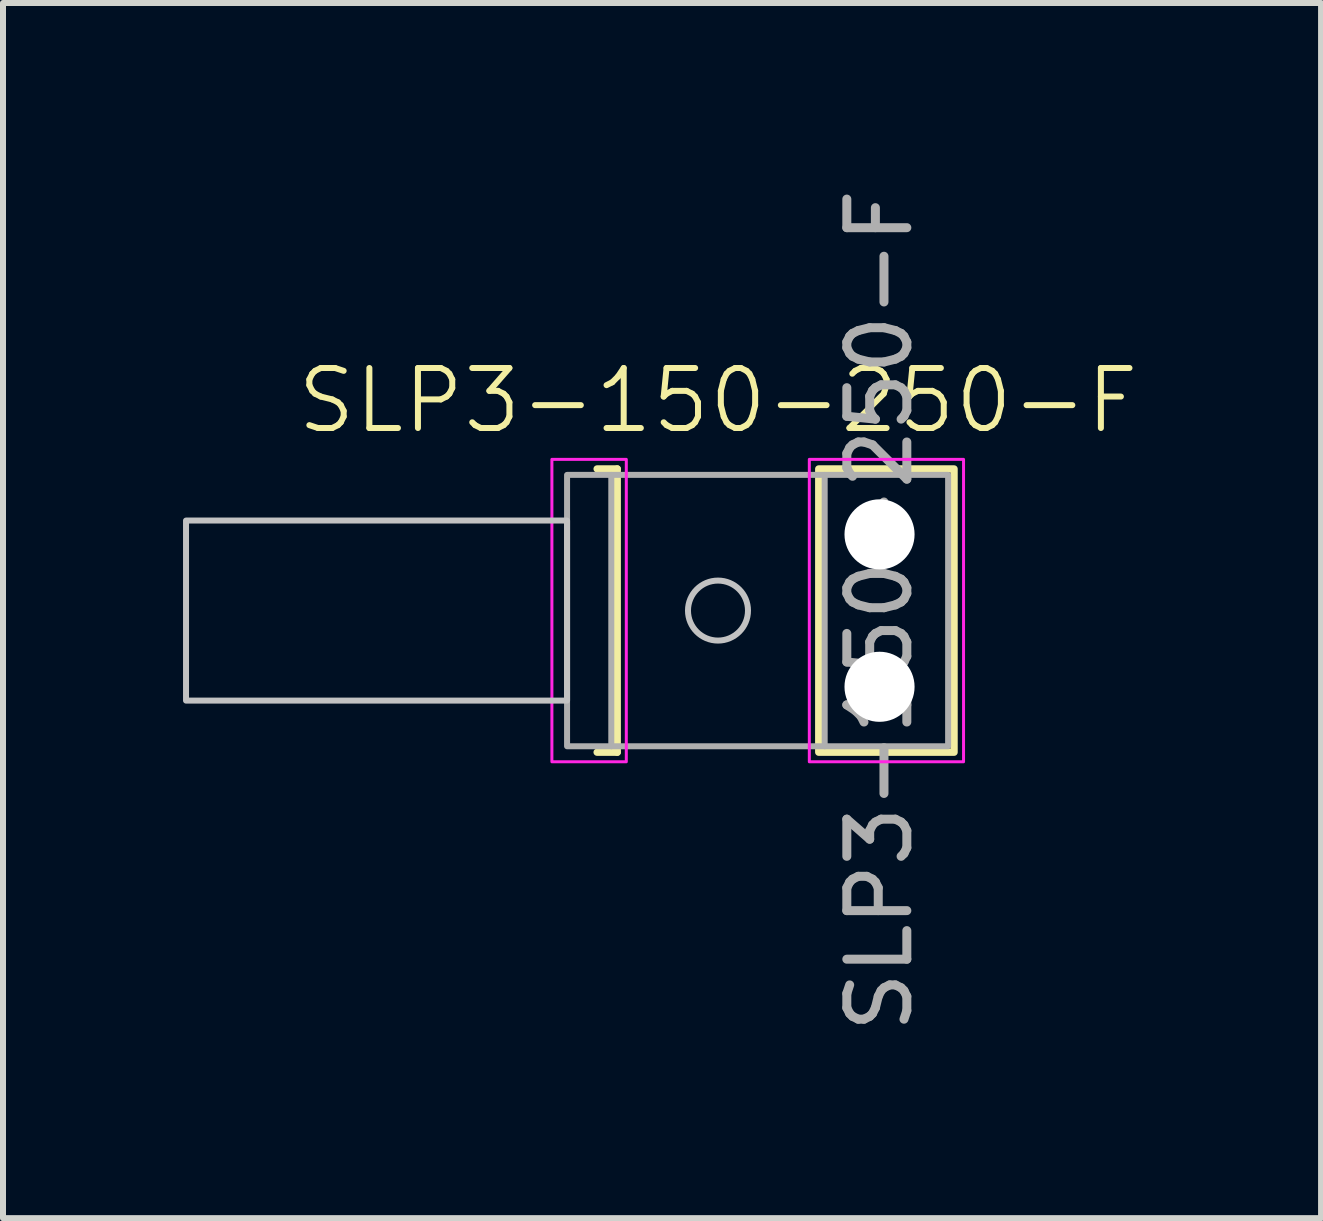
<source format=kicad_pcb>
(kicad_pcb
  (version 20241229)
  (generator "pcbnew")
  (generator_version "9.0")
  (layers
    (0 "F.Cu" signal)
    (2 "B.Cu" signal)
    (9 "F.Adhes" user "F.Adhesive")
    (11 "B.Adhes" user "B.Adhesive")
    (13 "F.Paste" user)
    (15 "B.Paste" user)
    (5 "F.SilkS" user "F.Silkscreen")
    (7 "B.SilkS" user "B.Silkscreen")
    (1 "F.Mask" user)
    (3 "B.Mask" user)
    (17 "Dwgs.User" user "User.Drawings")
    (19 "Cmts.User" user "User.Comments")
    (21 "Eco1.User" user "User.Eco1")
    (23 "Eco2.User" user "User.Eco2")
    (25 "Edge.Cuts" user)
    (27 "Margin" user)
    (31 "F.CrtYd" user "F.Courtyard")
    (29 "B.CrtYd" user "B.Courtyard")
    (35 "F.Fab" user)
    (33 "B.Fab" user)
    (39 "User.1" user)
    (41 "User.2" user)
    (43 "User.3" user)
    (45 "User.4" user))
  (footprint "SLP3-150-250-F"
    (layer "F.Cu")
    (at 8.915 7.125)
    (property "Reference" "SLP3-150-250-F" (at 0 -3.5 0) (unlocked yes) (layer "F.SilkS") (effects (font (size 1 1) (thickness 0.1))))
    (attr through_hole)
    (fp_line (start -2.015 -2.361) (end -1.678 -2.361) (stroke (width 0.12) (type default)) (layer "F.SilkS"))
    (fp_line (start -1.678 -2.361) (end -1.678 2.361) (stroke (width 0.12) (type default)) (layer "F.SilkS"))
    (fp_line (start -1.678 2.361) (end -2.015 2.361) (stroke (width 0.12) (type default)) (layer "F.SilkS"))
    (fp_rect (start 1.678 2.361) (end 3.935 -2.361) (stroke (width 0.12) (type solid)) (fill no) (layer "F.SilkS"))
    (fp_rect (start -2.515 -1.5) (end -8.865 1.5) (stroke (width 0.1) (type solid)) (fill no) (layer "Dwgs.User"))
    (fp_circle (center 0 0) (end 0.5 0) (stroke (width 0.1) (type solid)) (fill no) (layer "Dwgs.User"))
    (fp_rect (start -2.768 -2.52) (end -1.528 2.52) (stroke (width 0.05) (type solid)) (fill no) (layer "F.CrtYd"))
    (fp_rect (start 1.522 -2.52) (end 4.092 2.52) (stroke (width 0.05) (type solid)) (fill no) (layer "F.CrtYd"))
    (fp_line (start -1.778 -2.261) (end 1.778 -2.261) (stroke (width 0.1) (type solid)) (layer "F.Fab"))
    (fp_line (start -1.778 2.261) (end 1.778 2.261) (stroke (width 0.1) (type solid)) (layer "F.Fab"))
    (fp_rect (start -2.515 -2.261) (end -1.778 2.261) (stroke (width 0.1) (type solid)) (fill no) (layer "F.Fab"))
    (fp_rect (start 1.778 -2.261) (end 3.835 2.261) (stroke (width 0.1) (type solid)) (fill no) (layer "F.Fab"))
    (fp_text user "${REFERENCE}" (at 2.692 0 90) (layer "F.Fab") (effects (font (size 1 1) (thickness 0.15))))
    (pad "" np_thru_hole circle (at 2.692 -1.27) (size 1.168 1.168) (drill 1.168) (layers "*.Cu" "*.Mask"))
    (pad "" np_thru_hole circle (at 2.692 1.27) (size 1.168 1.168) (drill 1.168) (layers "*.Cu" "*.Mask")))
  (gr_rect
    (start -3 -3)
    (end 18.965 17.25)
    (stroke (width 0.1) (type default))
    (fill no)
    (layer "Edge.Cuts")))
</source>
